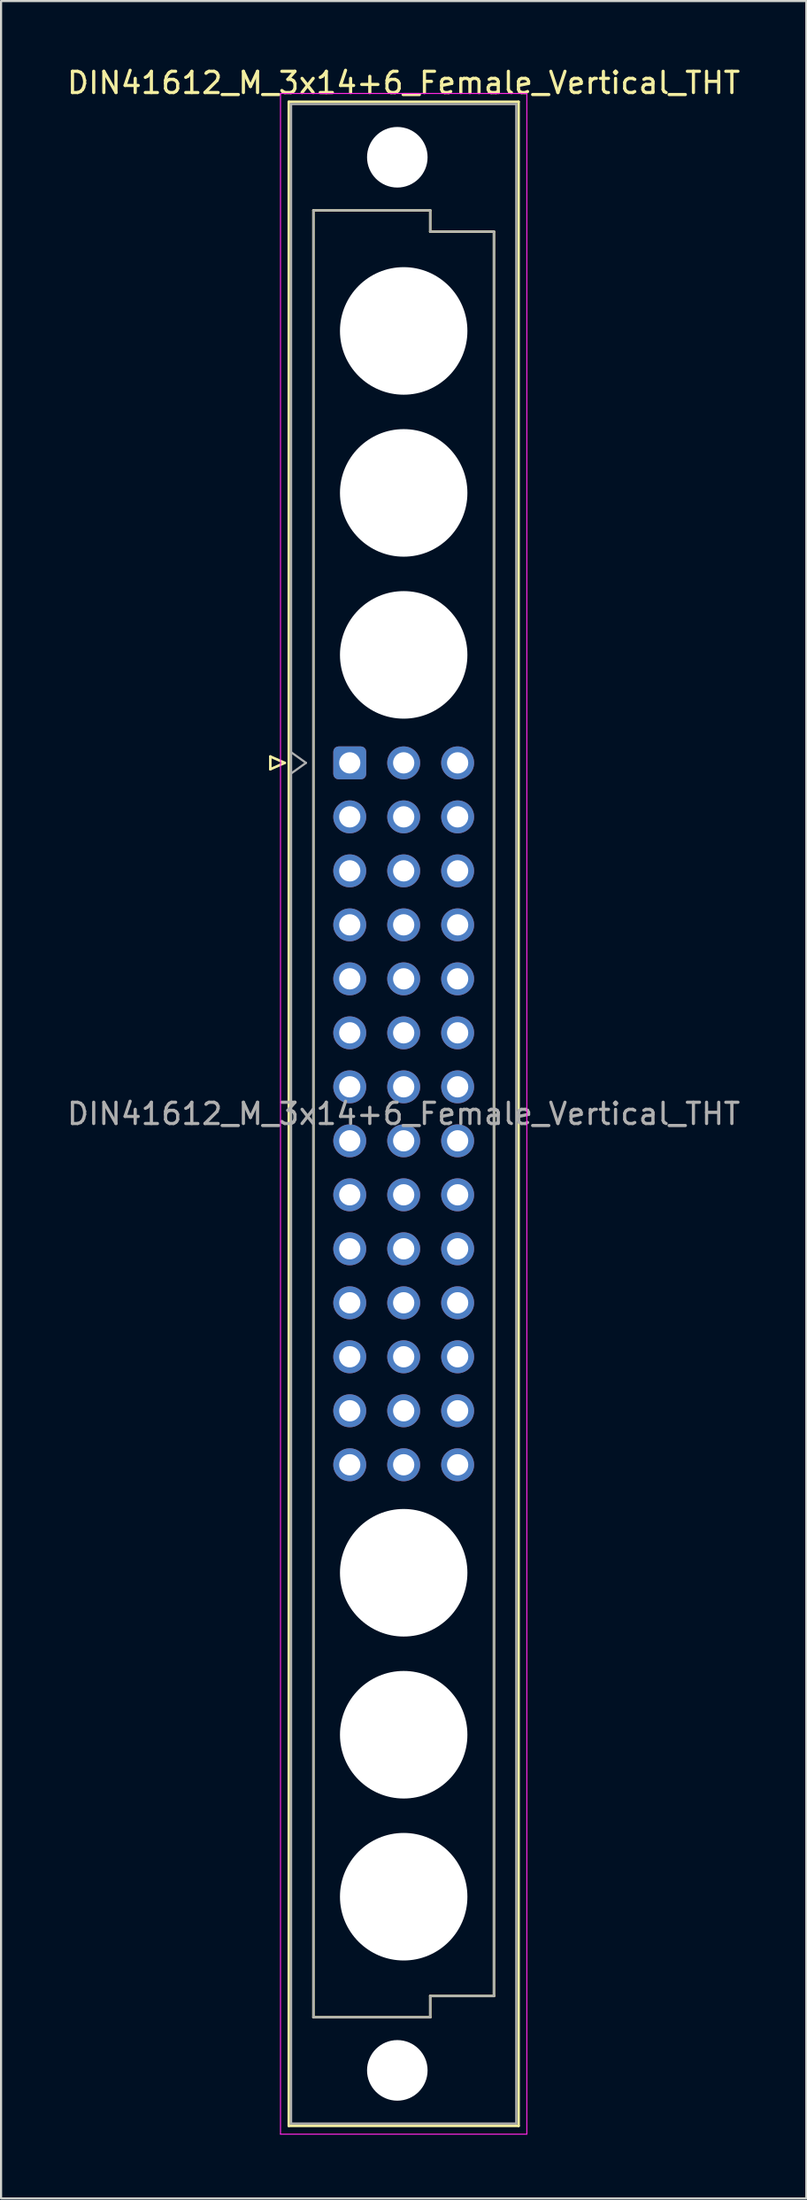
<source format=kicad_pcb>
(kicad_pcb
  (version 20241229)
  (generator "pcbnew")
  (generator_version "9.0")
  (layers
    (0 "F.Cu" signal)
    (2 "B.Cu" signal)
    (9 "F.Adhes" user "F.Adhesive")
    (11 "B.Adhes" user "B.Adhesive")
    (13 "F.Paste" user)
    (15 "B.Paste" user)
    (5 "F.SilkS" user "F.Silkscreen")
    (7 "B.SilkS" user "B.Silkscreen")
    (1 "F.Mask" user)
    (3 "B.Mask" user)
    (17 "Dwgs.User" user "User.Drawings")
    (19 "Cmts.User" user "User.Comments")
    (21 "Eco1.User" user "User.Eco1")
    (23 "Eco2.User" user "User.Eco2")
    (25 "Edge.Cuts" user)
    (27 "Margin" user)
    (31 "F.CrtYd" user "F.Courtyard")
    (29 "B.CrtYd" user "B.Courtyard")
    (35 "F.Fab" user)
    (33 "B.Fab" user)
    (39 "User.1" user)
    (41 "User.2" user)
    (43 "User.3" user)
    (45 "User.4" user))
  (footprint "DIN41612_M_3x14+6_Female_Vertical_THT"
    (layer "F.Cu")
    (at 13.418 9.978)
    (property "Reference" "DIN41612_M_3x14+6_Female_Vertical_THT" (at 2.54 -9.13 0) (layer "F.SilkS") (effects (font (size 1 1) (thickness 0.15))))
    (attr through_hole)
    (fp_line (start -3.74 22.56) (end -3.74 23.16) (stroke (width 0.12) (type solid)) (layer "F.SilkS"))
    (fp_line (start -3.74 23.16) (end -3.06 22.86) (stroke (width 0.12) (type solid)) (layer "F.SilkS"))
    (fp_line (start -3.06 22.86) (end -3.74 22.56) (stroke (width 0.12) (type solid)) (layer "F.SilkS"))
    (fp_line (start -2.87 -8.24) (end 7.95 -8.24) (stroke (width 0.12) (type solid)) (layer "F.SilkS"))
    (fp_line (start -2.87 86.98) (end -2.87 -8.24) (stroke (width 0.12) (type solid)) (layer "F.SilkS"))
    (fp_line (start -1.71 -3.13) (end 3.79 -3.13) (stroke (width 0.12) (type solid)) (layer "F.SilkS"))
    (fp_line (start -1.71 81.87) (end -1.71 -3.13) (stroke (width 0.12) (type solid)) (layer "F.SilkS"))
    (fp_line (start 3.79 -3.13) (end 3.79 -2.13) (stroke (width 0.12) (type solid)) (layer "F.SilkS"))
    (fp_line (start 3.79 -2.13) (end 6.79 -2.13) (stroke (width 0.12) (type solid)) (layer "F.SilkS"))
    (fp_line (start 3.79 80.87) (end 3.79 81.87) (stroke (width 0.12) (type solid)) (layer "F.SilkS"))
    (fp_line (start 3.79 81.87) (end -1.71 81.87) (stroke (width 0.12) (type solid)) (layer "F.SilkS"))
    (fp_line (start 6.79 -2.13) (end 6.79 80.87) (stroke (width 0.12) (type solid)) (layer "F.SilkS"))
    (fp_line (start 6.79 80.87) (end 3.79 80.87) (stroke (width 0.12) (type solid)) (layer "F.SilkS"))
    (fp_line (start 7.95 -8.24) (end 7.95 86.98) (stroke (width 0.12) (type solid)) (layer "F.SilkS"))
    (fp_line (start 7.95 86.98) (end -2.87 86.98) (stroke (width 0.12) (type solid)) (layer "F.SilkS"))
    (fp_line (start -3.26 -8.63) (end 8.34 -8.63) (stroke (width 0.05) (type solid)) (layer "F.CrtYd"))
    (fp_line (start -3.26 87.37) (end -3.26 -8.63) (stroke (width 0.05) (type solid)) (layer "F.CrtYd"))
    (fp_line (start 8.34 -8.63) (end 8.34 87.37) (stroke (width 0.05) (type solid)) (layer "F.CrtYd"))
    (fp_line (start 8.34 87.37) (end -3.26 87.37) (stroke (width 0.05) (type solid)) (layer "F.CrtYd"))
    (fp_line (start -2.76 -8.13) (end 7.84 -8.13) (stroke (width 0.1) (type solid)) (layer "F.Fab"))
    (fp_line (start -2.76 22.36) (end -2.06 22.86) (stroke (width 0.1) (type solid)) (layer "F.Fab"))
    (fp_line (start -2.76 86.87) (end -2.76 -8.13) (stroke (width 0.1) (type solid)) (layer "F.Fab"))
    (fp_line (start -2.06 22.86) (end -2.76 23.36) (stroke (width 0.1) (type solid)) (layer "F.Fab"))
    (fp_line (start -1.71 -3.13) (end 3.79 -3.13) (stroke (width 0.1) (type solid)) (layer "F.Fab"))
    (fp_line (start -1.71 81.87) (end -1.71 -3.13) (stroke (width 0.1) (type solid)) (layer "F.Fab"))
    (fp_line (start 3.79 -3.13) (end 3.79 -2.13) (stroke (width 0.1) (type solid)) (layer "F.Fab"))
    (fp_line (start 3.79 -2.13) (end 6.79 -2.13) (stroke (width 0.1) (type solid)) (layer "F.Fab"))
    (fp_line (start 3.79 80.87) (end 3.79 81.87) (stroke (width 0.1) (type solid)) (layer "F.Fab"))
    (fp_line (start 3.79 81.87) (end -1.71 81.87) (stroke (width 0.1) (type solid)) (layer "F.Fab"))
    (fp_line (start 6.79 -2.13) (end 6.79 80.87) (stroke (width 0.1) (type solid)) (layer "F.Fab"))
    (fp_line (start 6.79 80.87) (end 3.79 80.87) (stroke (width 0.1) (type solid)) (layer "F.Fab"))
    (fp_line (start 7.84 -8.13) (end 7.84 86.87) (stroke (width 0.1) (type solid)) (layer "F.Fab"))
    (fp_line (start 7.84 86.87) (end -2.76 86.87) (stroke (width 0.1) (type solid)) (layer "F.Fab"))
    (fp_text user "${REFERENCE}" (at 2.54 39.37 0) (layer "F.Fab") (effects (font (size 1 1) (thickness 0.15))))
    (pad "" np_thru_hole circle (at 2.24 -5.63) (size 2.85 2.85) (drill 2.85) (layers "*.Cu" "*.Mask"))
    (pad "" np_thru_hole circle (at 2.24 84.37) (size 2.85 2.85) (drill 2.85) (layers "*.Cu" "*.Mask"))
    (pad "" np_thru_hole circle (at 2.54 2.54) (size 6 6) (drill 6) (layers "*.Cu" "*.Mask"))
    (pad "" np_thru_hole circle (at 2.54 10.16) (size 6 6) (drill 6) (layers "*.Cu" "*.Mask"))
    (pad "" np_thru_hole circle (at 2.54 17.78) (size 6 6) (drill 6) (layers "*.Cu" "*.Mask"))
    (pad "" np_thru_hole circle (at 2.54 60.96) (size 6 6) (drill 6) (layers "*.Cu" "*.Mask"))
    (pad "" np_thru_hole circle (at 2.54 68.58) (size 6 6) (drill 6) (layers "*.Cu" "*.Mask"))
    (pad "" np_thru_hole circle (at 2.54 76.2) (size 6 6) (drill 6) (layers "*.Cu" "*.Mask"))
    (pad "a10" thru_hole roundrect (at 0 22.86) (size 1.55 1.55) (drill 1) (layers "*.Cu" "*.Mask") (roundrect_rratio 0.161))
    (pad "a11" thru_hole circle (at 0 25.4) (size 1.55 1.55) (drill 1) (layers "*.Cu" "*.Mask"))
    (pad "a12" thru_hole circle (at 0 27.94) (size 1.55 1.55) (drill 1) (layers "*.Cu" "*.Mask"))
    (pad "a13" thru_hole circle (at 0 30.48) (size 1.55 1.55) (drill 1) (layers "*.Cu" "*.Mask"))
    (pad "a14" thru_hole circle (at 0 33.02) (size 1.55 1.55) (drill 1) (layers "*.Cu" "*.Mask"))
    (pad "a15" thru_hole circle (at 0 35.56) (size 1.55 1.55) (drill 1) (layers "*.Cu" "*.Mask"))
    (pad "a16" thru_hole circle (at 0 38.1) (size 1.55 1.55) (drill 1) (layers "*.Cu" "*.Mask"))
    (pad "a17" thru_hole circle (at 0 40.64) (size 1.55 1.55) (drill 1) (layers "*.Cu" "*.Mask"))
    (pad "a18" thru_hole circle (at 0 43.18) (size 1.55 1.55) (drill 1) (layers "*.Cu" "*.Mask"))
    (pad "a19" thru_hole circle (at 0 45.72) (size 1.55 1.55) (drill 1) (layers "*.Cu" "*.Mask"))
    (pad "a20" thru_hole circle (at 0 48.26) (size 1.55 1.55) (drill 1) (layers "*.Cu" "*.Mask"))
    (pad "a21" thru_hole circle (at 0 50.8) (size 1.55 1.55) (drill 1) (layers "*.Cu" "*.Mask"))
    (pad "a22" thru_hole circle (at 0 53.34) (size 1.55 1.55) (drill 1) (layers "*.Cu" "*.Mask"))
    (pad "a23" thru_hole circle (at 0 55.88) (size 1.55 1.55) (drill 1) (layers "*.Cu" "*.Mask"))
    (pad "b10" thru_hole circle (at 2.54 22.86) (size 1.55 1.55) (drill 1) (layers "*.Cu" "*.Mask"))
    (pad "b11" thru_hole circle (at 2.54 25.4) (size 1.55 1.55) (drill 1) (layers "*.Cu" "*.Mask"))
    (pad "b12" thru_hole circle (at 2.54 27.94) (size 1.55 1.55) (drill 1) (layers "*.Cu" "*.Mask"))
    (pad "b13" thru_hole circle (at 2.54 30.48) (size 1.55 1.55) (drill 1) (layers "*.Cu" "*.Mask"))
    (pad "b14" thru_hole circle (at 2.54 33.02) (size 1.55 1.55) (drill 1) (layers "*.Cu" "*.Mask"))
    (pad "b15" thru_hole circle (at 2.54 35.56) (size 1.55 1.55) (drill 1) (layers "*.Cu" "*.Mask"))
    (pad "b16" thru_hole circle (at 2.54 38.1) (size 1.55 1.55) (drill 1) (layers "*.Cu" "*.Mask"))
    (pad "b17" thru_hole circle (at 2.54 40.64) (size 1.55 1.55) (drill 1) (layers "*.Cu" "*.Mask"))
    (pad "b18" thru_hole circle (at 2.54 43.18) (size 1.55 1.55) (drill 1) (layers "*.Cu" "*.Mask"))
    (pad "b19" thru_hole circle (at 2.54 45.72) (size 1.55 1.55) (drill 1) (layers "*.Cu" "*.Mask"))
    (pad "b20" thru_hole circle (at 2.54 48.26) (size 1.55 1.55) (drill 1) (layers "*.Cu" "*.Mask"))
    (pad "b21" thru_hole circle (at 2.54 50.8) (size 1.55 1.55) (drill 1) (layers "*.Cu" "*.Mask"))
    (pad "b22" thru_hole circle (at 2.54 53.34) (size 1.55 1.55) (drill 1) (layers "*.Cu" "*.Mask"))
    (pad "b23" thru_hole circle (at 2.54 55.88) (size 1.55 1.55) (drill 1) (layers "*.Cu" "*.Mask"))
    (pad "c10" thru_hole circle (at 5.08 22.86) (size 1.55 1.55) (drill 1) (layers "*.Cu" "*.Mask"))
    (pad "c11" thru_hole circle (at 5.08 25.4) (size 1.55 1.55) (drill 1) (layers "*.Cu" "*.Mask"))
    (pad "c12" thru_hole circle (at 5.08 27.94) (size 1.55 1.55) (drill 1) (layers "*.Cu" "*.Mask"))
    (pad "c13" thru_hole circle (at 5.08 30.48) (size 1.55 1.55) (drill 1) (layers "*.Cu" "*.Mask"))
    (pad "c14" thru_hole circle (at 5.08 33.02) (size 1.55 1.55) (drill 1) (layers "*.Cu" "*.Mask"))
    (pad "c15" thru_hole circle (at 5.08 35.56) (size 1.55 1.55) (drill 1) (layers "*.Cu" "*.Mask"))
    (pad "c16" thru_hole circle (at 5.08 38.1) (size 1.55 1.55) (drill 1) (layers "*.Cu" "*.Mask"))
    (pad "c17" thru_hole circle (at 5.08 40.64) (size 1.55 1.55) (drill 1) (layers "*.Cu" "*.Mask"))
    (pad "c18" thru_hole circle (at 5.08 43.18) (size 1.55 1.55) (drill 1) (layers "*.Cu" "*.Mask"))
    (pad "c19" thru_hole circle (at 5.08 45.72) (size 1.55 1.55) (drill 1) (layers "*.Cu" "*.Mask"))
    (pad "c20" thru_hole circle (at 5.08 48.26) (size 1.55 1.55) (drill 1) (layers "*.Cu" "*.Mask"))
    (pad "c21" thru_hole circle (at 5.08 50.8) (size 1.55 1.55) (drill 1) (layers "*.Cu" "*.Mask"))
    (pad "c22" thru_hole circle (at 5.08 53.34) (size 1.55 1.55) (drill 1) (layers "*.Cu" "*.Mask"))
    (pad "c23" thru_hole circle (at 5.08 55.88) (size 1.55 1.55) (drill 1) (layers "*.Cu" "*.Mask")))
  (gr_rect
    (start -3 -3)
    (end 34.917 100.373)
    (stroke (width 0.1) (type default))
    (fill no)
    (layer "Edge.Cuts")))
</source>
